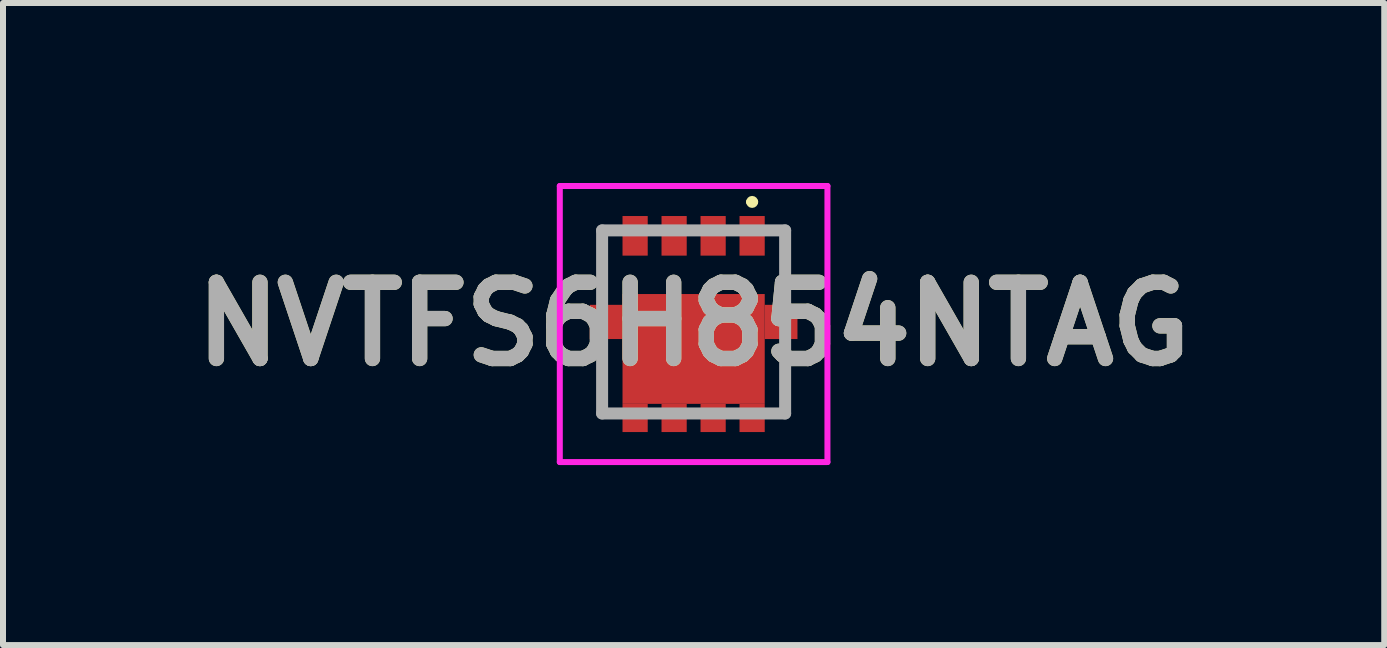
<source format=kicad_pcb>
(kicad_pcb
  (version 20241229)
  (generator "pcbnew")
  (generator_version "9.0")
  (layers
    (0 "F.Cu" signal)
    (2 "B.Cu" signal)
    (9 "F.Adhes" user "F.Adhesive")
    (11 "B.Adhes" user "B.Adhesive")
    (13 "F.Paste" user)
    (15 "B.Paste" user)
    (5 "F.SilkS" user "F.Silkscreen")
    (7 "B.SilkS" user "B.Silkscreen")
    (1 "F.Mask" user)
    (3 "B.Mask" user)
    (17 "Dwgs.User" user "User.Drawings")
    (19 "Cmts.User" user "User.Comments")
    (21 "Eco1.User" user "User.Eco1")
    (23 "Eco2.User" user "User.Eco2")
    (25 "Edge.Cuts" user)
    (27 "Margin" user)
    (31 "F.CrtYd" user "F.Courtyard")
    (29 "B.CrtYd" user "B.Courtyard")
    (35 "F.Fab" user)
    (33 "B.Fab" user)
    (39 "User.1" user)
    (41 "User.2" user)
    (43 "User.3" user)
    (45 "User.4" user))
  (footprint "NVTFS6H854NTAG"
    (layer "F.Cu")
    (at 8.509 2.315)
    (property "Reference" "NVTFS6H854NTAG" (at 0 0.035 0) (layer "F.SilkS") (effects (font (size 1.27 1.27) (thickness 0.254))))
    (attr smd)
    (fp_line (start -1.525 -1.525) (end -1.525 -0.6) (stroke (width 0.1) (type solid)) (layer "F.SilkS"))
    (fp_line (start -1.525 1.525) (end -1.525 0.6) (stroke (width 0.1) (type solid)) (layer "F.SilkS"))
    (fp_line (start 0.925 -2) (end 0.925 -2) (stroke (width 0.1) (type solid)) (layer "F.SilkS"))
    (fp_line (start 1.025 -2) (end 1.025 -2) (stroke (width 0.1) (type solid)) (layer "F.SilkS"))
    (fp_line (start 1.525 -1.525) (end 1.525 -0.6) (stroke (width 0.1) (type solid)) (layer "F.SilkS"))
    (fp_line (start 1.525 1.525) (end 1.525 0.6) (stroke (width 0.1) (type solid)) (layer "F.SilkS"))
    (fp_arc (start 0.925 -2) (mid 0.975 -2.05) (end 1.025 -2) (stroke (width 0.1) (type solid)) (layer "F.SilkS"))
    (fp_arc (start 1.025 -2) (mid 0.975 -1.95) (end 0.925 -2) (stroke (width 0.1) (type solid)) (layer "F.SilkS"))
    (fp_line (start -2.23 -2.265) (end 2.23 -2.265) (stroke (width 0.1) (type solid)) (layer "F.CrtYd"))
    (fp_line (start -2.23 2.335) (end -2.23 -2.265) (stroke (width 0.1) (type solid)) (layer "F.CrtYd"))
    (fp_line (start 2.23 -2.265) (end 2.23 2.335) (stroke (width 0.1) (type solid)) (layer "F.CrtYd"))
    (fp_line (start 2.23 2.335) (end -2.23 2.335) (stroke (width 0.1) (type solid)) (layer "F.CrtYd"))
    (fp_line (start -1.525 -1.525) (end 1.525 -1.525) (stroke (width 0.2) (type solid)) (layer "F.Fab"))
    (fp_line (start -1.525 1.525) (end -1.525 -1.525) (stroke (width 0.2) (type solid)) (layer "F.Fab"))
    (fp_line (start 1.525 -1.525) (end 1.525 1.525) (stroke (width 0.2) (type solid)) (layer "F.Fab"))
    (fp_line (start 1.525 1.525) (end -1.525 1.525) (stroke (width 0.2) (type solid)) (layer "F.Fab"))
    (fp_text user "${REFERENCE}" (at 0 0.035 0) (layer "F.Fab") (effects (font (size 1.27 1.27) (thickness 0.254))))
    (pad "1" smd rect (at 0.975 -1.435) (size 0.42 0.66) (layers "F.Cu" "F.Mask" "F.Paste"))
    (pad "2" smd rect (at 0.325 -1.435) (size 0.42 0.66) (layers "F.Cu" "F.Mask" "F.Paste"))
    (pad "3" smd rect (at -0.325 -1.435) (size 0.42 0.66) (layers "F.Cu" "F.Mask" "F.Paste"))
    (pad "4" smd rect (at -0.975 -1.435) (size 0.42 0.66) (layers "F.Cu" "F.Mask" "F.Paste"))
    (pad "5" smd rect (at -0.975 1.6) (size 0.42 0.47) (layers "F.Cu" "F.Mask" "F.Paste"))
    (pad "6" smd rect (at -0.325 1.6) (size 0.42 0.47) (layers "F.Cu" "F.Mask" "F.Paste"))
    (pad "7" smd rect (at 0.325 1.6) (size 0.42 0.47) (layers "F.Cu" "F.Mask" "F.Paste"))
    (pad "8" smd rect (at 0.975 1.6) (size 0.42 0.47) (layers "F.Cu" "F.Mask" "F.Paste"))
    (pad "9" smd rect (at 0 0.45 90) (size 1.83 2.37) (layers "F.Cu" "F.Mask" "F.Paste"))
    (pad "10" smd rect (at 1.458 0) (size 0.545 0.57) (layers "F.Cu" "F.Mask" "F.Paste"))
    (pad "11" smd rect (at -1.458 0) (size 0.545 0.57) (layers "F.Cu" "F.Mask" "F.Paste")))
  (gr_rect
    (start -3 -3)
    (end 20.018 7.7)
    (stroke (width 0.1) (type default))
    (fill no)
    (layer "Edge.Cuts")))
</source>
